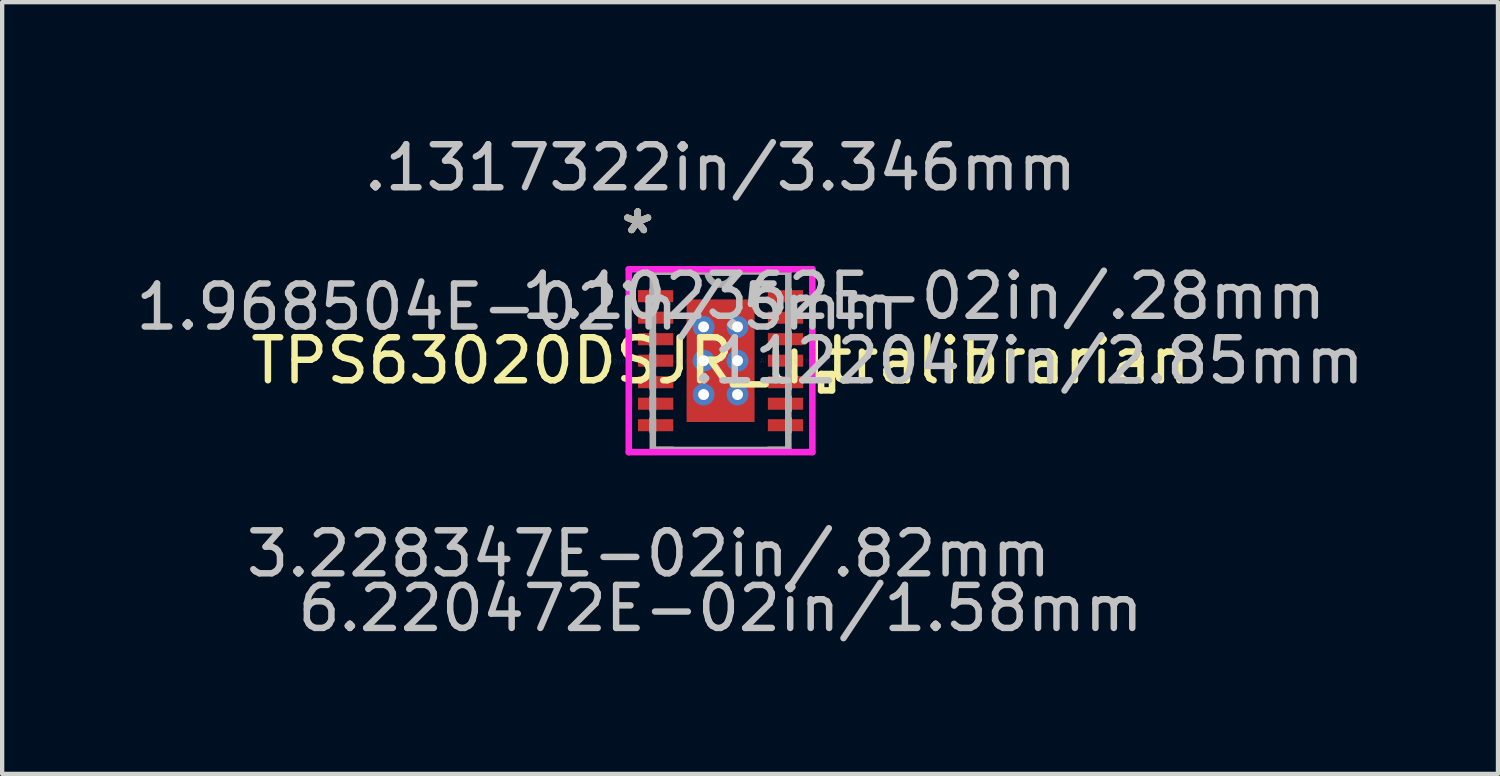
<source format=kicad_pcb>
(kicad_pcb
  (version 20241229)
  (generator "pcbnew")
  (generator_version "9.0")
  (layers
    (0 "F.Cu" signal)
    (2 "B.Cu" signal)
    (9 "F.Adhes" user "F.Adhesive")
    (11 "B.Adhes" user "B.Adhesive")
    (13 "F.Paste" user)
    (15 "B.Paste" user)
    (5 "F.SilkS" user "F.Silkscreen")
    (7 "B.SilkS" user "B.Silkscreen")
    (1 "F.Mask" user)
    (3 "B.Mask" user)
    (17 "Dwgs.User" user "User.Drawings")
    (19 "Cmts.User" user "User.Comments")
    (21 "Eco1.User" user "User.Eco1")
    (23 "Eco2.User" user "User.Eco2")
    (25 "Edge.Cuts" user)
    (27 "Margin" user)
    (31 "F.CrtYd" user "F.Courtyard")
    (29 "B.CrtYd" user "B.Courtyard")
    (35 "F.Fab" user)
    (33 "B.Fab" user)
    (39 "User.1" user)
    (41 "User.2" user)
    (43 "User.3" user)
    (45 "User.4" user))
  (footprint "TPS63020DSJR_ultralibrarian"
    (layer "F.Cu")
    (at 13.703 5.336)
    (property "Reference" "TPS63020DSJR_ultralibrarian" (at 0 0 0) (layer "F.SilkS") (effects (font (size 1 1) (thickness 0.15))))
    (attr through_hole)
    (fp_line (start -1.92 -1.64) (end -1.92 -1.36) (stroke (width 0.152) (type solid)) (layer "F.Mask"))
    (fp_line (start -1.92 -1.36) (end -1.1 -1.36) (stroke (width 0.152) (type solid)) (layer "F.Mask"))
    (fp_line (start -1.92 -1.14) (end -1.92 -0.86) (stroke (width 0.152) (type solid)) (layer "F.Mask"))
    (fp_line (start -1.92 -0.86) (end -1.1 -0.86) (stroke (width 0.152) (type solid)) (layer "F.Mask"))
    (fp_line (start -1.92 -0.64) (end -1.92 -0.36) (stroke (width 0.152) (type solid)) (layer "F.Mask"))
    (fp_line (start -1.92 -0.36) (end -1.1 -0.36) (stroke (width 0.152) (type solid)) (layer "F.Mask"))
    (fp_line (start -1.92 -0.14) (end -1.92 0.14) (stroke (width 0.152) (type solid)) (layer "F.Mask"))
    (fp_line (start -1.92 0.14) (end -1.1 0.14) (stroke (width 0.152) (type solid)) (layer "F.Mask"))
    (fp_line (start -1.92 0.36) (end -1.92 0.64) (stroke (width 0.152) (type solid)) (layer "F.Mask"))
    (fp_line (start -1.92 0.64) (end -1.1 0.64) (stroke (width 0.152) (type solid)) (layer "F.Mask"))
    (fp_line (start -1.92 0.86) (end -1.92 1.14) (stroke (width 0.152) (type solid)) (layer "F.Mask"))
    (fp_line (start -1.92 1.14) (end -1.1 1.14) (stroke (width 0.152) (type solid)) (layer "F.Mask"))
    (fp_line (start -1.92 1.36) (end -1.92 1.64) (stroke (width 0.152) (type solid)) (layer "F.Mask"))
    (fp_line (start -1.92 1.64) (end -1.1 1.64) (stroke (width 0.152) (type solid)) (layer "F.Mask"))
    (fp_line (start -1.1 -1.64) (end -1.92 -1.64) (stroke (width 0.152) (type solid)) (layer "F.Mask"))
    (fp_line (start -1.1 -1.36) (end -1.1 -1.64) (stroke (width 0.152) (type solid)) (layer "F.Mask"))
    (fp_line (start -1.1 -1.14) (end -1.92 -1.14) (stroke (width 0.152) (type solid)) (layer "F.Mask"))
    (fp_line (start -1.1 -0.86) (end -1.1 -1.14) (stroke (width 0.152) (type solid)) (layer "F.Mask"))
    (fp_line (start -1.1 -0.64) (end -1.92 -0.64) (stroke (width 0.152) (type solid)) (layer "F.Mask"))
    (fp_line (start -1.1 -0.36) (end -1.1 -0.64) (stroke (width 0.152) (type solid)) (layer "F.Mask"))
    (fp_line (start -1.1 -0.14) (end -1.92 -0.14) (stroke (width 0.152) (type solid)) (layer "F.Mask"))
    (fp_line (start -1.1 0.14) (end -1.1 -0.14) (stroke (width 0.152) (type solid)) (layer "F.Mask"))
    (fp_line (start -1.1 0.36) (end -1.92 0.36) (stroke (width 0.152) (type solid)) (layer "F.Mask"))
    (fp_line (start -1.1 0.64) (end -1.1 0.36) (stroke (width 0.152) (type solid)) (layer "F.Mask"))
    (fp_line (start -1.1 0.86) (end -1.92 0.86) (stroke (width 0.152) (type solid)) (layer "F.Mask"))
    (fp_line (start -1.1 1.14) (end -1.1 0.86) (stroke (width 0.152) (type solid)) (layer "F.Mask"))
    (fp_line (start -1.1 1.36) (end -1.92 1.36) (stroke (width 0.152) (type solid)) (layer "F.Mask"))
    (fp_line (start -1.1 1.64) (end -1.1 1.36) (stroke (width 0.152) (type solid)) (layer "F.Mask"))
    (fp_line (start -0.892 -2.077) (end -0.458 -2.077) (stroke (width 0.152) (type solid)) (layer "F.Mask"))
    (fp_line (start -0.892 -1.323) (end -0.892 -2.077) (stroke (width 0.152) (type solid)) (layer "F.Mask"))
    (fp_line (start -0.892 1.323) (end -0.892 2.077) (stroke (width 0.152) (type solid)) (layer "F.Mask"))
    (fp_line (start -0.892 2.077) (end -0.458 2.077) (stroke (width 0.152) (type solid)) (layer "F.Mask"))
    (fp_line (start -0.854 -1.488) (end -0.594 -1.488) (stroke (width 0.152) (type solid)) (layer "F.Mask"))
    (fp_line (start -0.854 -1.488) (end 0.854 -1.488) (stroke (width 0.152) (type solid)) (layer "F.Mask"))
    (fp_line (start -0.854 -0.987) (end -0.854 -1.488) (stroke (width 0.152) (type solid)) (layer "F.Mask"))
    (fp_line (start -0.854 -0.587) (end 0.854 -0.587) (stroke (width 0.152) (type solid)) (layer "F.Mask"))
    (fp_line (start -0.854 -0.2) (end -0.854 -0.587) (stroke (width 0.152) (type solid)) (layer "F.Mask"))
    (fp_line (start -0.854 0.2) (end 0.854 0.2) (stroke (width 0.152) (type solid)) (layer "F.Mask"))
    (fp_line (start -0.854 0.587) (end -0.854 0.2) (stroke (width 0.152) (type solid)) (layer "F.Mask"))
    (fp_line (start -0.854 0.987) (end 0.854 0.987) (stroke (width 0.152) (type solid)) (layer "F.Mask"))
    (fp_line (start -0.854 1.488) (end -0.854 -1.488) (stroke (width 0.152) (type solid)) (layer "F.Mask"))
    (fp_line (start -0.854 1.488) (end -0.854 0.987) (stroke (width 0.152) (type solid)) (layer "F.Mask"))
    (fp_line (start -0.594 -1.488) (end -0.594 1.488) (stroke (width 0.152) (type solid)) (layer "F.Mask"))
    (fp_line (start -0.594 1.488) (end -0.854 1.488) (stroke (width 0.152) (type solid)) (layer "F.Mask"))
    (fp_line (start -0.458 -2.077) (end -0.458 -1.323) (stroke (width 0.152) (type solid)) (layer "F.Mask"))
    (fp_line (start -0.458 -1.323) (end -0.892 -1.323) (stroke (width 0.152) (type solid)) (layer "F.Mask"))
    (fp_line (start -0.458 1.323) (end -0.892 1.323) (stroke (width 0.152) (type solid)) (layer "F.Mask"))
    (fp_line (start -0.458 2.077) (end -0.458 1.323) (stroke (width 0.152) (type solid)) (layer "F.Mask"))
    (fp_line (start -0.442 -2.077) (end -0.008 -2.077) (stroke (width 0.152) (type solid)) (layer "F.Mask"))
    (fp_line (start -0.442 -1.323) (end -0.442 -2.077) (stroke (width 0.152) (type solid)) (layer "F.Mask"))
    (fp_line (start -0.442 1.323) (end -0.442 2.077) (stroke (width 0.152) (type solid)) (layer "F.Mask"))
    (fp_line (start -0.442 2.077) (end -0.008 2.077) (stroke (width 0.152) (type solid)) (layer "F.Mask"))
    (fp_line (start -0.194 -1.488) (end -0.194 1.488) (stroke (width 0.152) (type solid)) (layer "F.Mask"))
    (fp_line (start -0.194 1.488) (end 0.194 1.488) (stroke (width 0.152) (type solid)) (layer "F.Mask"))
    (fp_line (start -0.008 -2.077) (end -0.008 -1.323) (stroke (width 0.152) (type solid)) (layer "F.Mask"))
    (fp_line (start -0.008 -1.323) (end -0.442 -1.323) (stroke (width 0.152) (type solid)) (layer "F.Mask"))
    (fp_line (start -0.008 1.323) (end -0.442 1.323) (stroke (width 0.152) (type solid)) (layer "F.Mask"))
    (fp_line (start -0.008 2.077) (end -0.008 1.323) (stroke (width 0.152) (type solid)) (layer "F.Mask"))
    (fp_line (start 0.008 -2.077) (end 0.008 -1.323) (stroke (width 0.152) (type solid)) (layer "F.Mask"))
    (fp_line (start 0.008 -1.323) (end 0.442 -1.323) (stroke (width 0.152) (type solid)) (layer "F.Mask"))
    (fp_line (start 0.008 1.323) (end 0.442 1.323) (stroke (width 0.152) (type solid)) (layer "F.Mask"))
    (fp_line (start 0.008 2.077) (end 0.008 1.323) (stroke (width 0.152) (type solid)) (layer "F.Mask"))
    (fp_line (start 0.194 -1.488) (end -0.194 -1.488) (stroke (width 0.152) (type solid)) (layer "F.Mask"))
    (fp_line (start 0.194 1.488) (end 0.194 -1.488) (stroke (width 0.152) (type solid)) (layer "F.Mask"))
    (fp_line (start 0.442 -2.077) (end 0.008 -2.077) (stroke (width 0.152) (type solid)) (layer "F.Mask"))
    (fp_line (start 0.442 -1.323) (end 0.442 -2.077) (stroke (width 0.152) (type solid)) (layer "F.Mask"))
    (fp_line (start 0.442 1.323) (end 0.442 2.077) (stroke (width 0.152) (type solid)) (layer "F.Mask"))
    (fp_line (start 0.442 2.077) (end 0.008 2.077) (stroke (width 0.152) (type solid)) (layer "F.Mask"))
    (fp_line (start 0.458 -2.077) (end 0.458 -1.323) (stroke (width 0.152) (type solid)) (layer "F.Mask"))
    (fp_line (start 0.458 -1.323) (end 0.892 -1.323) (stroke (width 0.152) (type solid)) (layer "F.Mask"))
    (fp_line (start 0.458 1.323) (end 0.892 1.323) (stroke (width 0.152) (type solid)) (layer "F.Mask"))
    (fp_line (start 0.458 2.077) (end 0.458 1.323) (stroke (width 0.152) (type solid)) (layer "F.Mask"))
    (fp_line (start 0.594 -1.488) (end 0.854 -1.488) (stroke (width 0.152) (type solid)) (layer "F.Mask"))
    (fp_line (start 0.594 1.488) (end 0.594 -1.488) (stroke (width 0.152) (type solid)) (layer "F.Mask"))
    (fp_line (start 0.854 -1.488) (end 0.854 -0.987) (stroke (width 0.152) (type solid)) (layer "F.Mask"))
    (fp_line (start 0.854 -1.488) (end 0.854 1.488) (stroke (width 0.152) (type solid)) (layer "F.Mask"))
    (fp_line (start 0.854 -0.987) (end -0.854 -0.987) (stroke (width 0.152) (type solid)) (layer "F.Mask"))
    (fp_line (start 0.854 -0.587) (end 0.854 -0.2) (stroke (width 0.152) (type solid)) (layer "F.Mask"))
    (fp_line (start 0.854 -0.2) (end -0.854 -0.2) (stroke (width 0.152) (type solid)) (layer "F.Mask"))
    (fp_line (start 0.854 0.2) (end 0.854 0.587) (stroke (width 0.152) (type solid)) (layer "F.Mask"))
    (fp_line (start 0.854 0.587) (end -0.854 0.587) (stroke (width 0.152) (type solid)) (layer "F.Mask"))
    (fp_line (start 0.854 0.987) (end 0.854 1.488) (stroke (width 0.152) (type solid)) (layer "F.Mask"))
    (fp_line (start 0.854 1.488) (end -0.854 1.488) (stroke (width 0.152) (type solid)) (layer "F.Mask"))
    (fp_line (start 0.854 1.488) (end 0.594 1.488) (stroke (width 0.152) (type solid)) (layer "F.Mask"))
    (fp_line (start 0.892 -2.077) (end 0.458 -2.077) (stroke (width 0.152) (type solid)) (layer "F.Mask"))
    (fp_line (start 0.892 -1.323) (end 0.892 -2.077) (stroke (width 0.152) (type solid)) (layer "F.Mask"))
    (fp_line (start 0.892 1.323) (end 0.892 2.077) (stroke (width 0.152) (type solid)) (layer "F.Mask"))
    (fp_line (start 0.892 2.077) (end 0.458 2.077) (stroke (width 0.152) (type solid)) (layer "F.Mask"))
    (fp_line (start 1.1 -1.64) (end 1.1 -1.36) (stroke (width 0.152) (type solid)) (layer "F.Mask"))
    (fp_line (start 1.1 -1.36) (end 1.92 -1.36) (stroke (width 0.152) (type solid)) (layer "F.Mask"))
    (fp_line (start 1.1 -1.14) (end 1.1 -0.86) (stroke (width 0.152) (type solid)) (layer "F.Mask"))
    (fp_line (start 1.1 -0.86) (end 1.92 -0.86) (stroke (width 0.152) (type solid)) (layer "F.Mask"))
    (fp_line (start 1.1 -0.64) (end 1.1 -0.36) (stroke (width 0.152) (type solid)) (layer "F.Mask"))
    (fp_line (start 1.1 -0.36) (end 1.92 -0.36) (stroke (width 0.152) (type solid)) (layer "F.Mask"))
    (fp_line (start 1.1 -0.14) (end 1.1 0.14) (stroke (width 0.152) (type solid)) (layer "F.Mask"))
    (fp_line (start 1.1 0.14) (end 1.92 0.14) (stroke (width 0.152) (type solid)) (layer "F.Mask"))
    (fp_line (start 1.1 0.36) (end 1.1 0.64) (stroke (width 0.152) (type solid)) (layer "F.Mask"))
    (fp_line (start 1.1 0.64) (end 1.92 0.64) (stroke (width 0.152) (type solid)) (layer "F.Mask"))
    (fp_line (start 1.1 0.86) (end 1.1 1.14) (stroke (width 0.152) (type solid)) (layer "F.Mask"))
    (fp_line (start 1.1 1.14) (end 1.92 1.14) (stroke (width 0.152) (type solid)) (layer "F.Mask"))
    (fp_line (start 1.1 1.36) (end 1.1 1.64) (stroke (width 0.152) (type solid)) (layer "F.Mask"))
    (fp_line (start 1.1 1.64) (end 1.92 1.64) (stroke (width 0.152) (type solid)) (layer "F.Mask"))
    (fp_line (start 1.92 -1.64) (end 1.1 -1.64) (stroke (width 0.152) (type solid)) (layer "F.Mask"))
    (fp_line (start 1.92 -1.36) (end 1.92 -1.64) (stroke (width 0.152) (type solid)) (layer "F.Mask"))
    (fp_line (start 1.92 -1.14) (end 1.1 -1.14) (stroke (width 0.152) (type solid)) (layer "F.Mask"))
    (fp_line (start 1.92 -0.86) (end 1.92 -1.14) (stroke (width 0.152) (type solid)) (layer "F.Mask"))
    (fp_line (start 1.92 -0.64) (end 1.1 -0.64) (stroke (width 0.152) (type solid)) (layer "F.Mask"))
    (fp_line (start 1.92 -0.36) (end 1.92 -0.64) (stroke (width 0.152) (type solid)) (layer "F.Mask"))
    (fp_line (start 1.92 -0.14) (end 1.1 -0.14) (stroke (width 0.152) (type solid)) (layer "F.Mask"))
    (fp_line (start 1.92 0.14) (end 1.92 -0.14) (stroke (width 0.152) (type solid)) (layer "F.Mask"))
    (fp_line (start 1.92 0.36) (end 1.1 0.36) (stroke (width 0.152) (type solid)) (layer "F.Mask"))
    (fp_line (start 1.92 0.64) (end 1.92 0.36) (stroke (width 0.152) (type solid)) (layer "F.Mask"))
    (fp_line (start 1.92 0.86) (end 1.1 0.86) (stroke (width 0.152) (type solid)) (layer "F.Mask"))
    (fp_line (start 1.92 1.14) (end 1.92 0.86) (stroke (width 0.152) (type solid)) (layer "F.Mask"))
    (fp_line (start 1.92 1.36) (end 1.1 1.36) (stroke (width 0.152) (type solid)) (layer "F.Mask"))
    (fp_line (start 1.92 1.64) (end 1.92 1.36) (stroke (width 0.152) (type solid)) (layer "F.Mask"))
    (fp_line (start -1.575 2.075) (end -1.11 2.075) (stroke (width 0.152) (type solid)) (layer "F.SilkS"))
    (fp_line (start -1.11 -2.075) (end -1.575 -2.075) (stroke (width 0.152) (type solid)) (layer "F.SilkS"))
    (fp_line (start 1.11 2.075) (end 1.575 2.075) (stroke (width 0.152) (type solid)) (layer "F.SilkS"))
    (fp_line (start 1.575 -2.075) (end 1.11 -2.075) (stroke (width 0.152) (type solid)) (layer "F.SilkS"))
    (fp_line (start 2.337 0.309) (end 2.591 0.309) (stroke (width 0.152) (type solid)) (layer "F.SilkS"))
    (fp_line (start 2.337 0.69) (end 2.337 0.309) (stroke (width 0.152) (type solid)) (layer "F.SilkS"))
    (fp_line (start 2.591 0.309) (end 2.591 0.69) (stroke (width 0.152) (type solid)) (layer "F.SilkS"))
    (fp_line (start 2.591 0.69) (end 2.337 0.69) (stroke (width 0.152) (type solid)) (layer "F.SilkS"))
    (fp_line (start -1.92 -1.64) (end -1.92 -1.36) (stroke (width 0.152) (type solid)) (layer "F.Paste"))
    (fp_line (start -1.92 -1.36) (end -1.1 -1.36) (stroke (width 0.152) (type solid)) (layer "F.Paste"))
    (fp_line (start -1.92 -1.14) (end -1.92 -0.86) (stroke (width 0.152) (type solid)) (layer "F.Paste"))
    (fp_line (start -1.92 -0.86) (end -1.1 -0.86) (stroke (width 0.152) (type solid)) (layer "F.Paste"))
    (fp_line (start -1.92 -0.64) (end -1.92 -0.36) (stroke (width 0.152) (type solid)) (layer "F.Paste"))
    (fp_line (start -1.92 -0.36) (end -1.1 -0.36) (stroke (width 0.152) (type solid)) (layer "F.Paste"))
    (fp_line (start -1.92 -0.14) (end -1.92 0.14) (stroke (width 0.152) (type solid)) (layer "F.Paste"))
    (fp_line (start -1.92 0.14) (end -1.1 0.14) (stroke (width 0.152) (type solid)) (layer "F.Paste"))
    (fp_line (start -1.92 0.36) (end -1.92 0.64) (stroke (width 0.152) (type solid)) (layer "F.Paste"))
    (fp_line (start -1.92 0.64) (end -1.1 0.64) (stroke (width 0.152) (type solid)) (layer "F.Paste"))
    (fp_line (start -1.92 0.86) (end -1.92 1.14) (stroke (width 0.152) (type solid)) (layer "F.Paste"))
    (fp_line (start -1.92 1.14) (end -1.1 1.14) (stroke (width 0.152) (type solid)) (layer "F.Paste"))
    (fp_line (start -1.92 1.36) (end -1.92 1.64) (stroke (width 0.152) (type solid)) (layer "F.Paste"))
    (fp_line (start -1.92 1.64) (end -1.1 1.64) (stroke (width 0.152) (type solid)) (layer "F.Paste"))
    (fp_line (start -1.1 -1.64) (end -1.92 -1.64) (stroke (width 0.152) (type solid)) (layer "F.Paste"))
    (fp_line (start -1.1 -1.36) (end -1.1 -1.64) (stroke (width 0.152) (type solid)) (layer "F.Paste"))
    (fp_line (start -1.1 -1.14) (end -1.92 -1.14) (stroke (width 0.152) (type solid)) (layer "F.Paste"))
    (fp_line (start -1.1 -0.86) (end -1.1 -1.14) (stroke (width 0.152) (type solid)) (layer "F.Paste"))
    (fp_line (start -1.1 -0.64) (end -1.92 -0.64) (stroke (width 0.152) (type solid)) (layer "F.Paste"))
    (fp_line (start -1.1 -0.36) (end -1.1 -0.64) (stroke (width 0.152) (type solid)) (layer "F.Paste"))
    (fp_line (start -1.1 -0.14) (end -1.92 -0.14) (stroke (width 0.152) (type solid)) (layer "F.Paste"))
    (fp_line (start -1.1 0.14) (end -1.1 -0.14) (stroke (width 0.152) (type solid)) (layer "F.Paste"))
    (fp_line (start -1.1 0.36) (end -1.92 0.36) (stroke (width 0.152) (type solid)) (layer "F.Paste"))
    (fp_line (start -1.1 0.64) (end -1.1 0.36) (stroke (width 0.152) (type solid)) (layer "F.Paste"))
    (fp_line (start -1.1 0.86) (end -1.92 0.86) (stroke (width 0.152) (type solid)) (layer "F.Paste"))
    (fp_line (start -1.1 1.14) (end -1.1 0.86) (stroke (width 0.152) (type solid)) (layer "F.Paste"))
    (fp_line (start -1.1 1.36) (end -1.92 1.36) (stroke (width 0.152) (type solid)) (layer "F.Paste"))
    (fp_line (start -1.1 1.64) (end -1.1 1.36) (stroke (width 0.152) (type solid)) (layer "F.Paste"))
    (fp_line (start -0.79 -1.975) (end -0.56 -1.975) (stroke (width 0.152) (type solid)) (layer "F.Paste"))
    (fp_line (start -0.79 -1.527) (end -0.79 -1.975) (stroke (width 0.152) (type solid)) (layer "F.Paste"))
    (fp_line (start -0.79 1.527) (end -0.79 1.975) (stroke (width 0.152) (type solid)) (layer "F.Paste"))
    (fp_line (start -0.79 1.975) (end -0.56 1.975) (stroke (width 0.152) (type solid)) (layer "F.Paste"))
    (fp_line (start -0.715 -1.35) (end -0.715 -0.887) (stroke (width 0.152) (type solid)) (layer "F.Paste"))
    (fp_line (start -0.715 -0.887) (end -0.635 -0.887) (stroke (width 0.152) (type solid)) (layer "F.Paste"))
    (fp_line (start -0.715 -0.687) (end -0.715 -0.1) (stroke (width 0.152) (type solid)) (layer "F.Paste"))
    (fp_line (start -0.715 -0.1) (end -0.635 -0.1) (stroke (width 0.152) (type solid)) (layer "F.Paste"))
    (fp_line (start -0.715 0.1) (end -0.715 0.687) (stroke (width 0.152) (type solid)) (layer "F.Paste"))
    (fp_line (start -0.715 0.687) (end -0.635 0.687) (stroke (width 0.152) (type solid)) (layer "F.Paste"))
    (fp_line (start -0.715 0.887) (end -0.715 1.35) (stroke (width 0.152) (type solid)) (layer "F.Paste"))
    (fp_line (start -0.715 1.35) (end -0.494 1.35) (stroke (width 0.152) (type solid)) (layer "F.Paste"))
    (fp_line (start -0.635 -0.887) (end -0.635 -0.887) (stroke (width 0.152) (type solid)) (layer "F.Paste"))
    (fp_line (start -0.635 -0.887) (end -0.494 -1.029) (stroke (width 0.152) (type solid)) (layer "F.Paste"))
    (fp_line (start -0.635 -0.687) (end -0.715 -0.687) (stroke (width 0.152) (type solid)) (layer "F.Paste"))
    (fp_line (start -0.635 -0.687) (end -0.635 -0.687) (stroke (width 0.152) (type solid)) (layer "F.Paste"))
    (fp_line (start -0.635 -0.1) (end -0.635 -0.1) (stroke (width 0.152) (type solid)) (layer "F.Paste"))
    (fp_line (start -0.635 -0.1) (end -0.494 -0.241) (stroke (width 0.152) (type solid)) (layer "F.Paste"))
    (fp_line (start -0.635 0.1) (end -0.715 0.1) (stroke (width 0.152) (type solid)) (layer "F.Paste"))
    (fp_line (start -0.635 0.1) (end -0.635 0.1) (stroke (width 0.152) (type solid)) (layer "F.Paste"))
    (fp_line (start -0.635 0.687) (end -0.635 0.687) (stroke (width 0.152) (type solid)) (layer "F.Paste"))
    (fp_line (start -0.635 0.687) (end -0.494 0.546) (stroke (width 0.152) (type solid)) (layer "F.Paste"))
    (fp_line (start -0.635 0.887) (end -0.715 0.887) (stroke (width 0.152) (type solid)) (layer "F.Paste"))
    (fp_line (start -0.635 0.887) (end -0.635 0.887) (stroke (width 0.152) (type solid)) (layer "F.Paste"))
    (fp_line (start -0.56 -1.975) (end -0.56 -1.527) (stroke (width 0.152) (type solid)) (layer "F.Paste"))
    (fp_line (start -0.56 -1.527) (end -0.79 -1.527) (stroke (width 0.152) (type solid)) (layer "F.Paste"))
    (fp_line (start -0.56 1.527) (end -0.79 1.527) (stroke (width 0.152) (type solid)) (layer "F.Paste"))
    (fp_line (start -0.56 1.975) (end -0.56 1.527) (stroke (width 0.152) (type solid)) (layer "F.Paste"))
    (fp_line (start -0.494 -1.35) (end -0.715 -1.35) (stroke (width 0.152) (type solid)) (layer "F.Paste"))
    (fp_line (start -0.494 -1.029) (end -0.494 -1.35) (stroke (width 0.152) (type solid)) (layer "F.Paste"))
    (fp_line (start -0.494 -1.029) (end -0.494 -1.029) (stroke (width 0.152) (type solid)) (layer "F.Paste"))
    (fp_line (start -0.494 -0.546) (end -0.635 -0.687) (stroke (width 0.152) (type solid)) (layer "F.Paste"))
    (fp_line (start -0.494 -0.546) (end -0.494 -0.546) (stroke (width 0.152) (type solid)) (layer "F.Paste"))
    (fp_line (start -0.494 -0.241) (end -0.494 -0.546) (stroke (width 0.152) (type solid)) (layer "F.Paste"))
    (fp_line (start -0.494 -0.241) (end -0.494 -0.241) (stroke (width 0.152) (type solid)) (layer "F.Paste"))
    (fp_line (start -0.494 0.241) (end -0.635 0.1) (stroke (width 0.152) (type solid)) (layer "F.Paste"))
    (fp_line (start -0.494 0.241) (end -0.494 0.241) (stroke (width 0.152) (type solid)) (layer "F.Paste"))
    (fp_line (start -0.494 0.546) (end -0.494 0.241) (stroke (width 0.152) (type solid)) (layer "F.Paste"))
    (fp_line (start -0.494 0.546) (end -0.494 0.546) (stroke (width 0.152) (type solid)) (layer "F.Paste"))
    (fp_line (start -0.494 1.029) (end -0.635 0.887) (stroke (width 0.152) (type solid)) (layer "F.Paste"))
    (fp_line (start -0.494 1.029) (end -0.494 1.029) (stroke (width 0.152) (type solid)) (layer "F.Paste"))
    (fp_line (start -0.494 1.35) (end -0.494 1.029) (stroke (width 0.152) (type solid)) (layer "F.Paste"))
    (fp_line (start -0.34 -1.975) (end -0.11 -1.975) (stroke (width 0.152) (type solid)) (layer "F.Paste"))
    (fp_line (start -0.34 -1.527) (end -0.34 -1.975) (stroke (width 0.152) (type solid)) (layer "F.Paste"))
    (fp_line (start -0.34 1.527) (end -0.34 1.975) (stroke (width 0.152) (type solid)) (layer "F.Paste"))
    (fp_line (start -0.34 1.975) (end -0.11 1.975) (stroke (width 0.152) (type solid)) (layer "F.Paste"))
    (fp_line (start -0.294 -1.35) (end -0.294 -1.029) (stroke (width 0.152) (type solid)) (layer "F.Paste"))
    (fp_line (start -0.294 -1.029) (end -0.294 -1.029) (stroke (width 0.152) (type solid)) (layer "F.Paste"))
    (fp_line (start -0.294 -1.029) (end -0.152 -0.887) (stroke (width 0.152) (type solid)) (layer "F.Paste"))
    (fp_line (start -0.294 -0.546) (end -0.294 -0.546) (stroke (width 0.152) (type solid)) (layer "F.Paste"))
    (fp_line (start -0.294 -0.546) (end -0.294 -0.241) (stroke (width 0.152) (type solid)) (layer "F.Paste"))
    (fp_line (start -0.294 -0.241) (end -0.294 -0.241) (stroke (width 0.152) (type solid)) (layer "F.Paste"))
    (fp_line (start -0.294 -0.241) (end -0.152 -0.1) (stroke (width 0.152) (type solid)) (layer "F.Paste"))
    (fp_line (start -0.294 0.241) (end -0.294 0.241) (stroke (width 0.152) (type solid)) (layer "F.Paste"))
    (fp_line (start -0.294 0.241) (end -0.294 0.546) (stroke (width 0.152) (type solid)) (layer "F.Paste"))
    (fp_line (start -0.294 0.546) (end -0.294 0.546) (stroke (width 0.152) (type solid)) (layer "F.Paste"))
    (fp_line (start -0.294 0.546) (end -0.152 0.687) (stroke (width 0.152) (type solid)) (layer "F.Paste"))
    (fp_line (start -0.294 1.029) (end -0.294 1.029) (stroke (width 0.152) (type solid)) (layer "F.Paste"))
    (fp_line (start -0.294 1.029) (end -0.294 1.35) (stroke (width 0.152) (type solid)) (layer "F.Paste"))
    (fp_line (start -0.294 1.35) (end 0.294 1.35) (stroke (width 0.152) (type solid)) (layer "F.Paste"))
    (fp_line (start -0.152 -0.887) (end -0.152 -0.887) (stroke (width 0.152) (type solid)) (layer "F.Paste"))
    (fp_line (start -0.152 -0.887) (end 0.152 -0.887) (stroke (width 0.152) (type solid)) (layer "F.Paste"))
    (fp_line (start -0.152 -0.687) (end -0.294 -0.546) (stroke (width 0.152) (type solid)) (layer "F.Paste"))
    (fp_line (start -0.152 -0.687) (end -0.152 -0.687) (stroke (width 0.152) (type solid)) (layer "F.Paste"))
    (fp_line (start -0.152 -0.1) (end -0.152 -0.1) (stroke (width 0.152) (type solid)) (layer "F.Paste"))
    (fp_line (start -0.152 -0.1) (end 0.152 -0.1) (stroke (width 0.152) (type solid)) (layer "F.Paste"))
    (fp_line (start -0.152 0.1) (end -0.294 0.241) (stroke (width 0.152) (type solid)) (layer "F.Paste"))
    (fp_line (start -0.152 0.1) (end -0.152 0.1) (stroke (width 0.152) (type solid)) (layer "F.Paste"))
    (fp_line (start -0.152 0.687) (end -0.152 0.687) (stroke (width 0.152) (type solid)) (layer "F.Paste"))
    (fp_line (start -0.152 0.687) (end 0.152 0.687) (stroke (width 0.152) (type solid)) (layer "F.Paste"))
    (fp_line (start -0.152 0.887) (end -0.294 1.029) (stroke (width 0.152) (type solid)) (layer "F.Paste"))
    (fp_line (start -0.152 0.887) (end -0.152 0.887) (stroke (width 0.152) (type solid)) (layer "F.Paste"))
    (fp_line (start -0.11 -1.975) (end -0.11 -1.527) (stroke (width 0.152) (type solid)) (layer "F.Paste"))
    (fp_line (start -0.11 -1.527) (end -0.34 -1.527) (stroke (width 0.152) (type solid)) (layer "F.Paste"))
    (fp_line (start -0.11 1.527) (end -0.34 1.527) (stroke (width 0.152) (type solid)) (layer "F.Paste"))
    (fp_line (start -0.11 1.975) (end -0.11 1.527) (stroke (width 0.152) (type solid)) (layer "F.Paste"))
    (fp_line (start 0.11 -1.975) (end 0.11 -1.527) (stroke (width 0.152) (type solid)) (layer "F.Paste"))
    (fp_line (start 0.11 -1.527) (end 0.34 -1.527) (stroke (width 0.152) (type solid)) (layer "F.Paste"))
    (fp_line (start 0.11 1.527) (end 0.34 1.527) (stroke (width 0.152) (type solid)) (layer "F.Paste"))
    (fp_line (start 0.11 1.975) (end 0.11 1.527) (stroke (width 0.152) (type solid)) (layer "F.Paste"))
    (fp_line (start 0.152 -0.887) (end 0.152 -0.887) (stroke (width 0.152) (type solid)) (layer "F.Paste"))
    (fp_line (start 0.152 -0.887) (end 0.294 -1.029) (stroke (width 0.152) (type solid)) (layer "F.Paste"))
    (fp_line (start 0.152 -0.687) (end -0.152 -0.687) (stroke (width 0.152) (type solid)) (layer "F.Paste"))
    (fp_line (start 0.152 -0.687) (end 0.152 -0.687) (stroke (width 0.152) (type solid)) (layer "F.Paste"))
    (fp_line (start 0.152 -0.1) (end 0.152 -0.1) (stroke (width 0.152) (type solid)) (layer "F.Paste"))
    (fp_line (start 0.152 -0.1) (end 0.294 -0.241) (stroke (width 0.152) (type solid)) (layer "F.Paste"))
    (fp_line (start 0.152 0.1) (end -0.152 0.1) (stroke (width 0.152) (type solid)) (layer "F.Paste"))
    (fp_line (start 0.152 0.1) (end 0.152 0.1) (stroke (width 0.152) (type solid)) (layer "F.Paste"))
    (fp_line (start 0.152 0.687) (end 0.152 0.687) (stroke (width 0.152) (type solid)) (layer "F.Paste"))
    (fp_line (start 0.152 0.687) (end 0.294 0.546) (stroke (width 0.152) (type solid)) (layer "F.Paste"))
    (fp_line (start 0.152 0.887) (end -0.152 0.887) (stroke (width 0.152) (type solid)) (layer "F.Paste"))
    (fp_line (start 0.152 0.887) (end 0.152 0.887) (stroke (width 0.152) (type solid)) (layer "F.Paste"))
    (fp_line (start 0.294 -1.35) (end -0.294 -1.35) (stroke (width 0.152) (type solid)) (layer "F.Paste"))
    (fp_line (start 0.294 -1.029) (end 0.294 -1.35) (stroke (width 0.152) (type solid)) (layer "F.Paste"))
    (fp_line (start 0.294 -1.029) (end 0.294 -1.029) (stroke (width 0.152) (type solid)) (layer "F.Paste"))
    (fp_line (start 0.294 -0.546) (end 0.152 -0.687) (stroke (width 0.152) (type solid)) (layer "F.Paste"))
    (fp_line (start 0.294 -0.546) (end 0.294 -0.546) (stroke (width 0.152) (type solid)) (layer "F.Paste"))
    (fp_line (start 0.294 -0.241) (end 0.294 -0.546) (stroke (width 0.152) (type solid)) (layer "F.Paste"))
    (fp_line (start 0.294 -0.241) (end 0.294 -0.241) (stroke (width 0.152) (type solid)) (layer "F.Paste"))
    (fp_line (start 0.294 0.241) (end 0.152 0.1) (stroke (width 0.152) (type solid)) (layer "F.Paste"))
    (fp_line (start 0.294 0.241) (end 0.294 0.241) (stroke (width 0.152) (type solid)) (layer "F.Paste"))
    (fp_line (start 0.294 0.546) (end 0.294 0.241) (stroke (width 0.152) (type solid)) (layer "F.Paste"))
    (fp_line (start 0.294 0.546) (end 0.294 0.546) (stroke (width 0.152) (type solid)) (layer "F.Paste"))
    (fp_line (start 0.294 1.029) (end 0.152 0.887) (stroke (width 0.152) (type solid)) (layer "F.Paste"))
    (fp_line (start 0.294 1.029) (end 0.294 1.029) (stroke (width 0.152) (type solid)) (layer "F.Paste"))
    (fp_line (start 0.294 1.35) (end 0.294 1.029) (stroke (width 0.152) (type solid)) (layer "F.Paste"))
    (fp_line (start 0.34 -1.975) (end 0.11 -1.975) (stroke (width 0.152) (type solid)) (layer "F.Paste"))
    (fp_line (start 0.34 -1.527) (end 0.34 -1.975) (stroke (width 0.152) (type solid)) (layer "F.Paste"))
    (fp_line (start 0.34 1.527) (end 0.34 1.975) (stroke (width 0.152) (type solid)) (layer "F.Paste"))
    (fp_line (start 0.34 1.975) (end 0.11 1.975) (stroke (width 0.152) (type solid)) (layer "F.Paste"))
    (fp_line (start 0.494 -1.35) (end 0.494 -1.029) (stroke (width 0.152) (type solid)) (layer "F.Paste"))
    (fp_line (start 0.494 -1.029) (end 0.494 -1.029) (stroke (width 0.152) (type solid)) (layer "F.Paste"))
    (fp_line (start 0.494 -1.029) (end 0.635 -0.887) (stroke (width 0.152) (type solid)) (layer "F.Paste"))
    (fp_line (start 0.494 -0.546) (end 0.494 -0.546) (stroke (width 0.152) (type solid)) (layer "F.Paste"))
    (fp_line (start 0.494 -0.546) (end 0.494 -0.241) (stroke (width 0.152) (type solid)) (layer "F.Paste"))
    (fp_line (start 0.494 -0.241) (end 0.494 -0.241) (stroke (width 0.152) (type solid)) (layer "F.Paste"))
    (fp_line (start 0.494 -0.241) (end 0.635 -0.1) (stroke (width 0.152) (type solid)) (layer "F.Paste"))
    (fp_line (start 0.494 0.241) (end 0.494 0.241) (stroke (width 0.152) (type solid)) (layer "F.Paste"))
    (fp_line (start 0.494 0.241) (end 0.494 0.546) (stroke (width 0.152) (type solid)) (layer "F.Paste"))
    (fp_line (start 0.494 0.546) (end 0.494 0.546) (stroke (width 0.152) (type solid)) (layer "F.Paste"))
    (fp_line (start 0.494 0.546) (end 0.635 0.687) (stroke (width 0.152) (type solid)) (layer "F.Paste"))
    (fp_line (start 0.494 1.029) (end 0.494 1.029) (stroke (width 0.152) (type solid)) (layer "F.Paste"))
    (fp_line (start 0.494 1.029) (end 0.494 1.35) (stroke (width 0.152) (type solid)) (layer "F.Paste"))
    (fp_line (start 0.494 1.35) (end 0.715 1.35) (stroke (width 0.152) (type solid)) (layer "F.Paste"))
    (fp_line (start 0.56 -1.975) (end 0.56 -1.527) (stroke (width 0.152) (type solid)) (layer "F.Paste"))
    (fp_line (start 0.56 -1.527) (end 0.79 -1.527) (stroke (width 0.152) (type solid)) (layer "F.Paste"))
    (fp_line (start 0.56 1.527) (end 0.79 1.527) (stroke (width 0.152) (type solid)) (layer "F.Paste"))
    (fp_line (start 0.56 1.975) (end 0.56 1.527) (stroke (width 0.152) (type solid)) (layer "F.Paste"))
    (fp_line (start 0.635 -0.887) (end 0.635 -0.887) (stroke (width 0.152) (type solid)) (layer "F.Paste"))
    (fp_line (start 0.635 -0.887) (end 0.715 -0.887) (stroke (width 0.152) (type solid)) (layer "F.Paste"))
    (fp_line (start 0.635 -0.687) (end 0.494 -0.546) (stroke (width 0.152) (type solid)) (layer "F.Paste"))
    (fp_line (start 0.635 -0.687) (end 0.635 -0.687) (stroke (width 0.152) (type solid)) (layer "F.Paste"))
    (fp_line (start 0.635 -0.1) (end 0.635 -0.1) (stroke (width 0.152) (type solid)) (layer "F.Paste"))
    (fp_line (start 0.635 -0.1) (end 0.715 -0.1) (stroke (width 0.152) (type solid)) (layer "F.Paste"))
    (fp_line (start 0.635 0.1) (end 0.494 0.241) (stroke (width 0.152) (type solid)) (layer "F.Paste"))
    (fp_line (start 0.635 0.1) (end 0.635 0.1) (stroke (width 0.152) (type solid)) (layer "F.Paste"))
    (fp_line (start 0.635 0.687) (end 0.635 0.687) (stroke (width 0.152) (type solid)) (layer "F.Paste"))
    (fp_line (start 0.635 0.687) (end 0.715 0.687) (stroke (width 0.152) (type solid)) (layer "F.Paste"))
    (fp_line (start 0.635 0.887) (end 0.494 1.029) (stroke (width 0.152) (type solid)) (layer "F.Paste"))
    (fp_line (start 0.635 0.887) (end 0.635 0.887) (stroke (width 0.152) (type solid)) (layer "F.Paste"))
    (fp_line (start 0.715 -1.35) (end 0.494 -1.35) (stroke (width 0.152) (type solid)) (layer "F.Paste"))
    (fp_line (start 0.715 -0.887) (end 0.715 -1.35) (stroke (width 0.152) (type solid)) (layer "F.Paste"))
    (fp_line (start 0.715 -0.687) (end 0.635 -0.687) (stroke (width 0.152) (type solid)) (layer "F.Paste"))
    (fp_line (start 0.715 -0.1) (end 0.715 -0.687) (stroke (width 0.152) (type solid)) (layer "F.Paste"))
    (fp_line (start 0.715 0.1) (end 0.635 0.1) (stroke (width 0.152) (type solid)) (layer "F.Paste"))
    (fp_line (start 0.715 0.687) (end 0.715 0.1) (stroke (width 0.152) (type solid)) (layer "F.Paste"))
    (fp_line (start 0.715 0.887) (end 0.635 0.887) (stroke (width 0.152) (type solid)) (layer "F.Paste"))
    (fp_line (start 0.715 1.35) (end 0.715 0.887) (stroke (width 0.152) (type solid)) (layer "F.Paste"))
    (fp_line (start 0.79 -1.975) (end 0.56 -1.975) (stroke (width 0.152) (type solid)) (layer "F.Paste"))
    (fp_line (start 0.79 -1.527) (end 0.79 -1.975) (stroke (width 0.152) (type solid)) (layer "F.Paste"))
    (fp_line (start 0.79 1.527) (end 0.79 1.975) (stroke (width 0.152) (type solid)) (layer "F.Paste"))
    (fp_line (start 0.79 1.975) (end 0.56 1.975) (stroke (width 0.152) (type solid)) (layer "F.Paste"))
    (fp_line (start 1.1 -1.64) (end 1.1 -1.36) (stroke (width 0.152) (type solid)) (layer "F.Paste"))
    (fp_line (start 1.1 -1.36) (end 1.92 -1.36) (stroke (width 0.152) (type solid)) (layer "F.Paste"))
    (fp_line (start 1.1 -1.14) (end 1.1 -0.86) (stroke (width 0.152) (type solid)) (layer "F.Paste"))
    (fp_line (start 1.1 -0.86) (end 1.92 -0.86) (stroke (width 0.152) (type solid)) (layer "F.Paste"))
    (fp_line (start 1.1 -0.64) (end 1.1 -0.36) (stroke (width 0.152) (type solid)) (layer "F.Paste"))
    (fp_line (start 1.1 -0.36) (end 1.92 -0.36) (stroke (width 0.152) (type solid)) (layer "F.Paste"))
    (fp_line (start 1.1 -0.14) (end 1.1 0.14) (stroke (width 0.152) (type solid)) (layer "F.Paste"))
    (fp_line (start 1.1 0.14) (end 1.92 0.14) (stroke (width 0.152) (type solid)) (layer "F.Paste"))
    (fp_line (start 1.1 0.36) (end 1.1 0.64) (stroke (width 0.152) (type solid)) (layer "F.Paste"))
    (fp_line (start 1.1 0.64) (end 1.92 0.64) (stroke (width 0.152) (type solid)) (layer "F.Paste"))
    (fp_line (start 1.1 0.86) (end 1.1 1.14) (stroke (width 0.152) (type solid)) (layer "F.Paste"))
    (fp_line (start 1.1 1.14) (end 1.92 1.14) (stroke (width 0.152) (type solid)) (layer "F.Paste"))
    (fp_line (start 1.1 1.36) (end 1.1 1.64) (stroke (width 0.152) (type solid)) (layer "F.Paste"))
    (fp_line (start 1.1 1.64) (end 1.92 1.64) (stroke (width 0.152) (type solid)) (layer "F.Paste"))
    (fp_line (start 1.92 -1.64) (end 1.1 -1.64) (stroke (width 0.152) (type solid)) (layer "F.Paste"))
    (fp_line (start 1.92 -1.36) (end 1.92 -1.64) (stroke (width 0.152) (type solid)) (layer "F.Paste"))
    (fp_line (start 1.92 -1.14) (end 1.1 -1.14) (stroke (width 0.152) (type solid)) (layer "F.Paste"))
    (fp_line (start 1.92 -0.86) (end 1.92 -1.14) (stroke (width 0.152) (type solid)) (layer "F.Paste"))
    (fp_line (start 1.92 -0.64) (end 1.1 -0.64) (stroke (width 0.152) (type solid)) (layer "F.Paste"))
    (fp_line (start 1.92 -0.36) (end 1.92 -0.64) (stroke (width 0.152) (type solid)) (layer "F.Paste"))
    (fp_line (start 1.92 -0.14) (end 1.1 -0.14) (stroke (width 0.152) (type solid)) (layer "F.Paste"))
    (fp_line (start 1.92 0.14) (end 1.92 -0.14) (stroke (width 0.152) (type solid)) (layer "F.Paste"))
    (fp_line (start 1.92 0.36) (end 1.1 0.36) (stroke (width 0.152) (type solid)) (layer "F.Paste"))
    (fp_line (start 1.92 0.64) (end 1.92 0.36) (stroke (width 0.152) (type solid)) (layer "F.Paste"))
    (fp_line (start 1.92 0.86) (end 1.1 0.86) (stroke (width 0.152) (type solid)) (layer "F.Paste"))
    (fp_line (start 1.92 1.14) (end 1.92 0.86) (stroke (width 0.152) (type solid)) (layer "F.Paste"))
    (fp_line (start 1.92 1.36) (end 1.1 1.36) (stroke (width 0.152) (type solid)) (layer "F.Paste"))
    (fp_line (start 1.92 1.64) (end 1.92 1.36) (stroke (width 0.152) (type solid)) (layer "F.Paste"))
    (fp_line (start -2.134 -2.126) (end 2.134 -2.126) (stroke (width 0.152) (type solid)) (layer "F.CrtYd"))
    (fp_line (start -2.134 2.126) (end -2.134 -2.126) (stroke (width 0.152) (type solid)) (layer "F.CrtYd"))
    (fp_line (start 2.134 -2.126) (end 2.134 2.126) (stroke (width 0.152) (type solid)) (layer "F.CrtYd"))
    (fp_line (start 2.134 2.126) (end -2.134 2.126) (stroke (width 0.152) (type solid)) (layer "F.CrtYd"))
    (fp_line (start -1.575 -2.075) (end -1.575 2.075) (stroke (width 0.152) (type solid)) (layer "F.Fab"))
    (fp_line (start -1.575 -1.65) (end -1.575 -1.65) (stroke (width 0.152) (type solid)) (layer "F.Fab"))
    (fp_line (start -1.575 -1.65) (end -1.575 -1.35) (stroke (width 0.152) (type solid)) (layer "F.Fab"))
    (fp_line (start -1.575 -1.35) (end -1.575 -1.65) (stroke (width 0.152) (type solid)) (layer "F.Fab"))
    (fp_line (start -1.575 -1.35) (end -1.575 -1.35) (stroke (width 0.152) (type solid)) (layer "F.Fab"))
    (fp_line (start -1.575 -1.15) (end -1.575 -1.15) (stroke (width 0.152) (type solid)) (layer "F.Fab"))
    (fp_line (start -1.575 -1.15) (end -1.575 -0.85) (stroke (width 0.152) (type solid)) (layer "F.Fab"))
    (fp_line (start -1.575 -0.85) (end -1.575 -1.15) (stroke (width 0.152) (type solid)) (layer "F.Fab"))
    (fp_line (start -1.575 -0.85) (end -1.575 -0.85) (stroke (width 0.152) (type solid)) (layer "F.Fab"))
    (fp_line (start -1.575 -0.65) (end -1.575 -0.65) (stroke (width 0.152) (type solid)) (layer "F.Fab"))
    (fp_line (start -1.575 -0.65) (end -1.575 -0.35) (stroke (width 0.152) (type solid)) (layer "F.Fab"))
    (fp_line (start -1.575 -0.35) (end -1.575 -0.65) (stroke (width 0.152) (type solid)) (layer "F.Fab"))
    (fp_line (start -1.575 -0.35) (end -1.575 -0.35) (stroke (width 0.152) (type solid)) (layer "F.Fab"))
    (fp_line (start -1.575 -0.15) (end -1.575 -0.15) (stroke (width 0.152) (type solid)) (layer "F.Fab"))
    (fp_line (start -1.575 -0.15) (end -1.575 0.15) (stroke (width 0.152) (type solid)) (layer "F.Fab"))
    (fp_line (start -1.575 0.15) (end -1.575 -0.15) (stroke (width 0.152) (type solid)) (layer "F.Fab"))
    (fp_line (start -1.575 0.15) (end -1.575 0.15) (stroke (width 0.152) (type solid)) (layer "F.Fab"))
    (fp_line (start -1.575 0.35) (end -1.575 0.35) (stroke (width 0.152) (type solid)) (layer "F.Fab"))
    (fp_line (start -1.575 0.35) (end -1.575 0.65) (stroke (width 0.152) (type solid)) (layer "F.Fab"))
    (fp_line (start -1.575 0.65) (end -1.575 0.35) (stroke (width 0.152) (type solid)) (layer "F.Fab"))
    (fp_line (start -1.575 0.65) (end -1.575 0.65) (stroke (width 0.152) (type solid)) (layer "F.Fab"))
    (fp_line (start -1.575 0.85) (end -1.575 0.85) (stroke (width 0.152) (type solid)) (layer "F.Fab"))
    (fp_line (start -1.575 0.85) (end -1.575 1.15) (stroke (width 0.152) (type solid)) (layer "F.Fab"))
    (fp_line (start -1.575 1.15) (end -1.575 0.85) (stroke (width 0.152) (type solid)) (layer "F.Fab"))
    (fp_line (start -1.575 1.15) (end -1.575 1.15) (stroke (width 0.152) (type solid)) (layer "F.Fab"))
    (fp_line (start -1.575 1.35) (end -1.575 1.35) (stroke (width 0.152) (type solid)) (layer "F.Fab"))
    (fp_line (start -1.575 1.35) (end -1.575 1.65) (stroke (width 0.152) (type solid)) (layer "F.Fab"))
    (fp_line (start -1.575 1.65) (end -1.575 1.35) (stroke (width 0.152) (type solid)) (layer "F.Fab"))
    (fp_line (start -1.575 1.65) (end -1.575 1.65) (stroke (width 0.152) (type solid)) (layer "F.Fab"))
    (fp_line (start -1.575 2.075) (end 1.575 2.075) (stroke (width 0.152) (type solid)) (layer "F.Fab"))
    (fp_line (start 1.575 -2.075) (end -1.575 -2.075) (stroke (width 0.152) (type solid)) (layer "F.Fab"))
    (fp_line (start 1.575 -1.65) (end 1.575 -1.65) (stroke (width 0.152) (type solid)) (layer "F.Fab"))
    (fp_line (start 1.575 -1.65) (end 1.575 -1.35) (stroke (width 0.152) (type solid)) (layer "F.Fab"))
    (fp_line (start 1.575 -1.35) (end 1.575 -1.65) (stroke (width 0.152) (type solid)) (layer "F.Fab"))
    (fp_line (start 1.575 -1.35) (end 1.575 -1.35) (stroke (width 0.152) (type solid)) (layer "F.Fab"))
    (fp_line (start 1.575 -1.15) (end 1.575 -1.15) (stroke (width 0.152) (type solid)) (layer "F.Fab"))
    (fp_line (start 1.575 -1.15) (end 1.575 -0.85) (stroke (width 0.152) (type solid)) (layer "F.Fab"))
    (fp_line (start 1.575 -0.85) (end 1.575 -1.15) (stroke (width 0.152) (type solid)) (layer "F.Fab"))
    (fp_line (start 1.575 -0.85) (end 1.575 -0.85) (stroke (width 0.152) (type solid)) (layer "F.Fab"))
    (fp_line (start 1.575 -0.65) (end 1.575 -0.65) (stroke (width 0.152) (type solid)) (layer "F.Fab"))
    (fp_line (start 1.575 -0.65) (end 1.575 -0.35) (stroke (width 0.152) (type solid)) (layer "F.Fab"))
    (fp_line (start 1.575 -0.35) (end 1.575 -0.65) (stroke (width 0.152) (type solid)) (layer "F.Fab"))
    (fp_line (start 1.575 -0.35) (end 1.575 -0.35) (stroke (width 0.152) (type solid)) (layer "F.Fab"))
    (fp_line (start 1.575 -0.15) (end 1.575 -0.15) (stroke (width 0.152) (type solid)) (layer "F.Fab"))
    (fp_line (start 1.575 -0.15) (end 1.575 0.15) (stroke (width 0.152) (type solid)) (layer "F.Fab"))
    (fp_line (start 1.575 0.15) (end 1.575 -0.15) (stroke (width 0.152) (type solid)) (layer "F.Fab"))
    (fp_line (start 1.575 0.15) (end 1.575 0.15) (stroke (width 0.152) (type solid)) (layer "F.Fab"))
    (fp_line (start 1.575 0.35) (end 1.575 0.35) (stroke (width 0.152) (type solid)) (layer "F.Fab"))
    (fp_line (start 1.575 0.35) (end 1.575 0.65) (stroke (width 0.152) (type solid)) (layer "F.Fab"))
    (fp_line (start 1.575 0.65) (end 1.575 0.35) (stroke (width 0.152) (type solid)) (layer "F.Fab"))
    (fp_line (start 1.575 0.65) (end 1.575 0.65) (stroke (width 0.152) (type solid)) (layer "F.Fab"))
    (fp_line (start 1.575 0.85) (end 1.575 0.85) (stroke (width 0.152) (type solid)) (layer "F.Fab"))
    (fp_line (start 1.575 0.85) (end 1.575 1.15) (stroke (width 0.152) (type solid)) (layer "F.Fab"))
    (fp_line (start 1.575 1.15) (end 1.575 0.85) (stroke (width 0.152) (type solid)) (layer "F.Fab"))
    (fp_line (start 1.575 1.15) (end 1.575 1.15) (stroke (width 0.152) (type solid)) (layer "F.Fab"))
    (fp_line (start 1.575 1.35) (end 1.575 1.35) (stroke (width 0.152) (type solid)) (layer "F.Fab"))
    (fp_line (start 1.575 1.35) (end 1.575 1.65) (stroke (width 0.152) (type solid)) (layer "F.Fab"))
    (fp_line (start 1.575 1.65) (end 1.575 1.35) (stroke (width 0.152) (type solid)) (layer "F.Fab"))
    (fp_line (start 1.575 1.65) (end 1.575 1.65) (stroke (width 0.152) (type solid)) (layer "F.Fab"))
    (fp_line (start 1.575 2.075) (end 1.575 -2.075) (stroke (width 0.152) (type solid)) (layer "F.Fab"))
    (fp_arc (start 0.3048 -2.075) (mid 0 -1.7702) (end -0.3048 -2.075) (stroke (width 0.1524) (type solid)) (layer "F.Fab"))
    (fp_text user "*" (at -1.927 -2.923 0) (layer "F.SilkS") (effects (font (size 1 1) (thickness 0.15))))
    (fp_text user "*" (at -1.927 -2.923 0) (layer "F.SilkS") (effects (font (size 1 1) (thickness 0.15))))
    (fp_text user "6.220472E-02in/1.58mm" (at 0 5.758 0) (layer "Dwgs.User") (effects (font (size 1 1) (thickness 0.15))))
    (fp_text user "1.968504E-02in/.5mm" (at -4.721 -1.25 0) (layer "Dwgs.User") (effects (font (size 1 1) (thickness 0.15))))
    (fp_text user "3.228347E-02in/.82mm" (at -1.673 4.488 0) (layer "Dwgs.User") (effects (font (size 1 1) (thickness 0.15))))
    (fp_text user ".1122047in/2.85mm" (at 7.163 0 0) (layer "Dwgs.User") (effects (font (size 1 1) (thickness 0.15))))
    (fp_text user "1.102362E-02in/.28mm" (at 4.721 -1.5 0) (layer "Dwgs.User") (effects (font (size 1 1) (thickness 0.15))))
    (fp_text user ".1317322in/3.346mm" (at 0 -4.488 0) (layer "Dwgs.User") (effects (font (size 1 1) (thickness 0.15))))
    (fp_text user "Copyright 2016 Accelerated Designs. All rights reserved." (at 0 0 0) (layer "Cmts.User") (effects (font (size 0.127 0.127) (thickness 0.002))))
    (fp_text user "*" (at -1.927 -2.923 0) (layer "F.Fab") (effects (font (size 1 1) (thickness 0.15))))
    (fp_text user "*" (at -1.927 -2.923 0) (layer "F.Fab") (effects (font (size 1 1) (thickness 0.15))))
    (pad "1" smd rect (at -1.51 -1.5) (size 0.82 0.28) (layers "F.Cu" "F.Mask" "F.Paste"))
    (pad "2" smd rect (at -1.51 -1) (size 0.82 0.28) (layers "F.Cu" "F.Mask" "F.Paste"))
    (pad "3" smd rect (at -1.51 -0.5) (size 0.82 0.28) (layers "F.Cu" "F.Mask" "F.Paste"))
    (pad "4" smd rect (at -1.51 0) (size 0.82 0.28) (layers "F.Cu" "F.Mask" "F.Paste"))
    (pad "5" smd rect (at -1.51 0.5) (size 0.82 0.28) (layers "F.Cu" "F.Mask" "F.Paste"))
    (pad "6" smd rect (at -1.51 1) (size 0.82 0.28) (layers "F.Cu" "F.Mask" "F.Paste"))
    (pad "7" smd rect (at -1.51 1.5) (size 0.82 0.28) (layers "F.Cu" "F.Mask" "F.Paste"))
    (pad "8" smd rect (at 1.51 1.5) (size 0.82 0.28) (layers "F.Cu" "F.Mask" "F.Paste"))
    (pad "9" smd rect (at 1.51 1) (size 0.82 0.28) (layers "F.Cu" "F.Mask" "F.Paste"))
    (pad "10" smd rect (at 1.51 0.5) (size 0.82 0.28) (layers "F.Cu" "F.Mask" "F.Paste"))
    (pad "11" smd rect (at 1.51 0) (size 0.82 0.28) (layers "F.Cu" "F.Mask" "F.Paste"))
    (pad "12" smd rect (at 1.51 -0.5) (size 0.82 0.28) (layers "F.Cu" "F.Mask" "F.Paste"))
    (pad "13" smd rect (at 1.51 -1) (size 0.82 0.28) (layers "F.Cu" "F.Mask" "F.Paste"))
    (pad "14" smd rect (at 1.51 -1.5) (size 0.82 0.28) (layers "F.Cu" "F.Mask" "F.Paste"))
    (pad "15" smd rect (at 0 0) (size 1.58 2.85) (layers "F.Cu" "F.Mask" "F.Paste"))
    (pad "V" thru_hole circle (at -0.394 -0.787) (size 0.508 0.508) (drill 0.254) (layers "*.Cu" "*.Mask"))
    (pad "V" thru_hole circle (at -0.394 0) (size 0.508 0.508) (drill 0.254) (layers "*.Cu" "*.Mask"))
    (pad "V" thru_hole circle (at -0.394 0.787) (size 0.508 0.508) (drill 0.254) (layers "*.Cu" "*.Mask"))
    (pad "V" thru_hole circle (at 0.394 -0.787) (size 0.508 0.508) (drill 0.254) (layers "*.Cu" "*.Mask"))
    (pad "V" thru_hole circle (at 0.394 0) (size 0.508 0.508) (drill 0.254) (layers "*.Cu" "*.Mask"))
    (pad "V" thru_hole circle (at 0.394 0.787) (size 0.508 0.508) (drill 0.254) (layers "*.Cu" "*.Mask")))
  (gr_rect
    (start -3 -3)
    (end 31.777 14.943)
    (stroke (width 0.1) (type default))
    (fill no)
    (layer "Edge.Cuts")))
</source>
